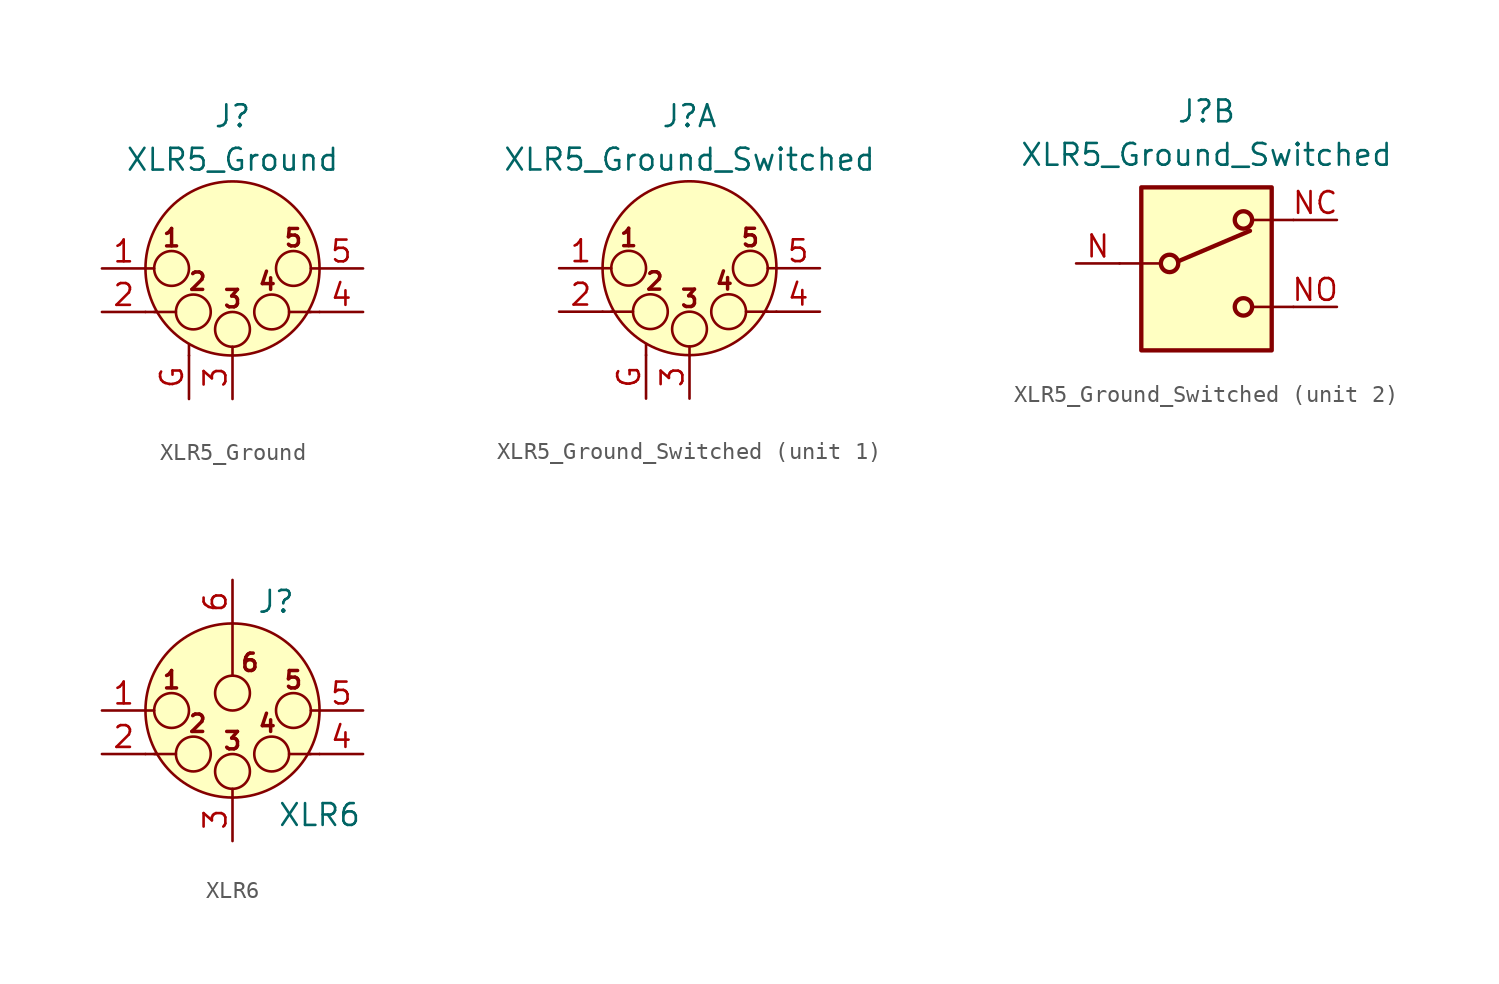
<source format=kicad_sym>
(kicad_symbol_lib
  (version 20220914)
  (generator kicad_symbol_editor)
  (symbol "XLR5_Ground"
    (pin_names hide)
    (property "Reference" "J"
      (at 0 8.89 0)
      (effects (font (size 1.27 1.27))))
    (property "Value" "XLR5_Ground"
      (at 0 6.35 0)
      (effects (font (size 1.27 1.27))))
    (symbol "XLR5_Ground_0_1"
      (circle (center -3.556 0) (radius 1.016) (stroke (width 0) (type default)) (fill (type none)))
      (circle (center -2.286 -2.54) (radius 1.016) (stroke (width 0) (type default)) (fill (type none)))
      (circle (center 0 -3.556) (radius 1.016) (stroke (width 0) (type default)) (fill (type none)))
      (polyline (pts (xy -5.08 -2.54) (xy -4.445 -2.54)) (stroke (width 0) (type default)) (fill (type none)))
      (polyline (pts (xy -5.08 0) (xy -4.572 0)) (stroke (width 0) (type default)) (fill (type none)))
      (polyline (pts (xy -4.572 -2.54) (xy -3.302 -2.54)) (stroke (width 0) (type default)) (fill (type none)))
      (polyline (pts (xy -2.54 -5.08) (xy -2.54 -4.445)) (stroke (width 0) (type default)) (fill (type none)))
      (polyline (pts (xy 0 -5.08) (xy 0 -4.572)) (stroke (width 0) (type default)) (fill (type none)))
      (polyline (pts (xy 4.572 -2.54) (xy 3.302 -2.54)) (stroke (width 0) (type default)) (fill (type none)))
      (polyline (pts (xy 5.08 -2.54) (xy 4.445 -2.54)) (stroke (width 0) (type default)) (fill (type none)))
      (polyline (pts (xy 5.08 0) (xy 4.572 0)) (stroke (width 0) (type default)) (fill (type none)))
      (circle (center 0 0) (radius 5.08) (stroke (width 0) (type default)) (fill (type background)))
      (circle (center 2.286 -2.54) (radius 1.016) (stroke (width 0) (type default)) (fill (type none)))
      (circle (center 3.556 0) (radius 1.016) (stroke (width 0) (type default)) (fill (type none)))
      (text "1" (at -3.556 1.778 0) (effects (font (size 1.016 1.016) bold)))
      (text "2" (at -2.032 -0.762 0) (effects (font (size 1.016 1.016) bold)))
      (text "3" (at 0 -1.778 0) (effects (font (size 1.016 1.016) bold)))
      (text "4" (at 2.032 -0.762 0) (effects (font (size 1.016 1.016) bold)))
      (text "5" (at 3.556 1.778 0) (effects (font (size 1.016 1.016) bold))))
    (symbol "XLR5_Ground_1_1"
      (pin passive line (at -7.62 0 0) (length 2.54) (name "P1" (effects (font (size 1.27 1.27)))) (number "1" (effects (font (size 1.27 1.27)))))
      (pin passive line (at -7.62 -2.54 0) (length 2.54) (name "P2" (effects (font (size 1.27 1.27)))) (number "2" (effects (font (size 1.27 1.27)))))
      (pin passive line (at 0 -7.62 90) (length 2.54) (name "P3" (effects (font (size 1.27 1.27)))) (number "3" (effects (font (size 1.27 1.27)))))
      (pin passive line (at 7.62 -2.54 180) (length 2.54) (name "P3" (effects (font (size 1.27 1.27)))) (number "4" (effects (font (size 1.27 1.27)))))
      (pin passive line (at 7.62 0 180) (length 2.54) (name "P5" (effects (font (size 1.27 1.27)))) (number "5" (effects (font (size 1.27 1.27)))))
      (pin passive line (at -2.54 -7.62 90) (length 2.54) (name "~" (effects (font (size 1.27 1.27)))) (number "G" (effects (font (size 1.27 1.27)))))))
  (symbol "XLR5_Ground_Switched"
    (pin_names hide)
    (property "Reference" "J"
      (at 0 8.89 0)
      (effects (font (size 1.27 1.27))))
    (property "Value" "XLR5_Ground_Switched"
      (at 0 6.35 0)
      (effects (font (size 1.27 1.27))))
    (property "ki_locked" ""
      (at 0 0 0)
      (effects (font (size 1.27 1.27))))
    (symbol "XLR5_Ground_Switched_1_1"
      (circle (center -3.556 0) (radius 1.016) (stroke (width 0) (type default)) (fill (type none)))
      (circle (center -2.286 -2.54) (radius 1.016) (stroke (width 0) (type default)) (fill (type none)))
      (circle (center 0 -3.556) (radius 1.016) (stroke (width 0) (type default)) (fill (type none)))
      (polyline (pts (xy -5.08 -2.54) (xy -4.445 -2.54)) (stroke (width 0) (type default)) (fill (type none)))
      (polyline (pts (xy -5.08 0) (xy -4.572 0)) (stroke (width 0) (type default)) (fill (type none)))
      (polyline (pts (xy -4.572 -2.54) (xy -3.302 -2.54)) (stroke (width 0) (type default)) (fill (type none)))
      (polyline (pts (xy -2.54 -5.08) (xy -2.54 -4.445)) (stroke (width 0) (type default)) (fill (type none)))
      (polyline (pts (xy 0 -5.08) (xy 0 -4.572)) (stroke (width 0) (type default)) (fill (type none)))
      (polyline (pts (xy 4.572 -2.54) (xy 3.302 -2.54)) (stroke (width 0) (type default)) (fill (type none)))
      (polyline (pts (xy 5.08 -2.54) (xy 4.445 -2.54)) (stroke (width 0) (type default)) (fill (type none)))
      (polyline (pts (xy 5.08 0) (xy 4.572 0)) (stroke (width 0) (type default)) (fill (type none)))
      (circle (center 0 0) (radius 5.08) (stroke (width 0) (type default)) (fill (type background)))
      (circle (center 2.286 -2.54) (radius 1.016) (stroke (width 0) (type default)) (fill (type none)))
      (circle (center 3.556 0) (radius 1.016) (stroke (width 0) (type default)) (fill (type none)))
      (text "1" (at -3.556 1.778 0) (effects (font (size 1.016 1.016) bold)))
      (text "2" (at -2.032 -0.762 0) (effects (font (size 1.016 1.016) bold)))
      (text "3" (at 0 -1.778 0) (effects (font (size 1.016 1.016) bold)))
      (text "4" (at 2.032 -0.762 0) (effects (font (size 1.016 1.016) bold)))
      (text "5" (at 3.556 1.778 0) (effects (font (size 1.016 1.016) bold)))
      (pin passive line (at -7.62 0 0) (length 2.54) (name "P1" (effects (font (size 1.27 1.27)))) (number "1" (effects (font (size 1.27 1.27)))))
      (pin passive line (at -7.62 -2.54 0) (length 2.54) (name "P2" (effects (font (size 1.27 1.27)))) (number "2" (effects (font (size 1.27 1.27)))))
      (pin passive line (at 0 -7.62 90) (length 2.54) (name "P3" (effects (font (size 1.27 1.27)))) (number "3" (effects (font (size 1.27 1.27)))))
      (pin passive line (at 7.62 -2.54 180) (length 2.54) (name "P3" (effects (font (size 1.27 1.27)))) (number "4" (effects (font (size 1.27 1.27)))))
      (pin passive line (at 7.62 0 180) (length 2.54) (name "P5" (effects (font (size 1.27 1.27)))) (number "5" (effects (font (size 1.27 1.27)))))
      (pin passive line (at -2.54 -7.62 90) (length 2.54) (name "~" (effects (font (size 1.27 1.27)))) (number "G" (effects (font (size 1.27 1.27))))))
    (symbol "XLR5_Ground_Switched_2_1"
      (rectangle (start -3.81 4.445) (end 3.81 -5.08) (stroke (width 0.254) (type default)) (fill (type background)))
      (circle (center -2.159 0) (radius 0.508) (stroke (width 0.254) (type default)) (fill (type none)))
      (polyline (pts (xy -5.08 0) (xy -2.794 0)) (stroke (width 0) (type default)) (fill (type none)))
      (polyline (pts (xy -1.651 0.127) (xy 2.54 1.905)) (stroke (width 0.254) (type default)) (fill (type none)))
      (polyline (pts (xy 5.08 -2.54) (xy 2.794 -2.54)) (stroke (width 0) (type default)) (fill (type none)))
      (polyline (pts (xy 5.08 2.54) (xy 2.794 2.54)) (stroke (width 0) (type default)) (fill (type none)))
      (circle (center 2.159 -2.54) (radius 0.508) (stroke (width 0.254) (type default)) (fill (type none)))
      (circle (center 2.159 2.54) (radius 0.508) (stroke (width 0.254) (type default)) (fill (type none)))
      (pin passive line (at -7.62 0 0) (length 2.54) (name "~" (effects (font (size 1.27 1.27)))) (number "N" (effects (font (size 1.27 1.27)))))
      (pin passive line (at 7.62 2.54 180) (length 2.54) (name "~" (effects (font (size 1.27 1.27)))) (number "NC" (effects (font (size 1.27 1.27)))))
      (pin passive line (at 7.62 -2.54 180) (length 2.54) (name "~" (effects (font (size 1.27 1.27)))) (number "NO" (effects (font (size 1.27 1.27)))))))
  (symbol "XLR6"
    (pin_names hide)
    (property "Reference" "J"
      (at 2.54 6.35 0)
      (effects (font (size 1.27 1.27))))
    (property "Value" "XLR6"
      (at 5.08 -6.096 0)
      (effects (font (size 1.27 1.27))))
    (symbol "XLR6_0_1"
      (circle (center -3.556 0) (radius 1.016) (stroke (width 0) (type default)) (fill (type none)))
      (circle (center -2.286 -2.54) (radius 1.016) (stroke (width 0) (type default)) (fill (type none)))
      (circle (center 0 -3.556) (radius 1.016) (stroke (width 0) (type default)) (fill (type none)))
      (polyline (pts (xy -5.08 -2.54) (xy -4.445 -2.54)) (stroke (width 0) (type default)) (fill (type none)))
      (polyline (pts (xy -5.08 0) (xy -4.572 0)) (stroke (width 0) (type default)) (fill (type none)))
      (polyline (pts (xy -4.572 -2.54) (xy -3.302 -2.54)) (stroke (width 0) (type default)) (fill (type none)))
      (polyline (pts (xy 0 -5.08) (xy 0 -4.572)) (stroke (width 0) (type default)) (fill (type none)))
      (polyline (pts (xy 0 5.08) (xy 0 2.032)) (stroke (width 0) (type default)) (fill (type none)))
      (polyline (pts (xy 4.572 -2.54) (xy 3.302 -2.54)) (stroke (width 0) (type default)) (fill (type none)))
      (polyline (pts (xy 5.08 -2.54) (xy 4.445 -2.54)) (stroke (width 0) (type default)) (fill (type none)))
      (polyline (pts (xy 5.08 0) (xy 4.572 0)) (stroke (width 0) (type default)) (fill (type none)))
      (circle (center 0 0) (radius 5.08) (stroke (width 0) (type default)) (fill (type background)))
      (circle (center 0 1.016) (radius 1.016) (stroke (width 0) (type default)) (fill (type none)))
      (circle (center 2.286 -2.54) (radius 1.016) (stroke (width 0) (type default)) (fill (type none)))
      (circle (center 3.556 0) (radius 1.016) (stroke (width 0) (type default)) (fill (type none)))
      (text "1" (at -3.556 1.778 0) (effects (font (size 1.016 1.016) bold)))
      (text "2" (at -2.032 -0.762 0) (effects (font (size 1.016 1.016) bold)))
      (text "3" (at 0 -1.778 0) (effects (font (size 1.016 1.016) bold)))
      (text "4" (at 2.032 -0.762 0) (effects (font (size 1.016 1.016) bold)))
      (text "5" (at 3.556 1.778 0) (effects (font (size 1.016 1.016) bold)))
      (text "6" (at 1.016 2.794 0) (effects (font (size 1.016 1.016) bold))))
    (symbol "XLR6_1_1"
      (pin passive line (at -7.62 0 0) (length 2.54) (name "P1" (effects (font (size 1.27 1.27)))) (number "1" (effects (font (size 1.27 1.27)))))
      (pin passive line (at -7.62 -2.54 0) (length 2.54) (name "P2" (effects (font (size 1.27 1.27)))) (number "2" (effects (font (size 1.27 1.27)))))
      (pin passive line (at 0 -7.62 90) (length 2.54) (name "P3" (effects (font (size 1.27 1.27)))) (number "3" (effects (font (size 1.27 1.27)))))
      (pin passive line (at 7.62 -2.54 180) (length 2.54) (name "P3" (effects (font (size 1.27 1.27)))) (number "4" (effects (font (size 1.27 1.27)))))
      (pin passive line (at 7.62 0 180) (length 2.54) (name "P5" (effects (font (size 1.27 1.27)))) (number "5" (effects (font (size 1.27 1.27)))))
      (pin passive line (at 0 7.62 270) (length 2.54) (name "P6" (effects (font (size 1.27 1.27)))) (number "6" (effects (font (size 1.27 1.27))))))))
</source>
